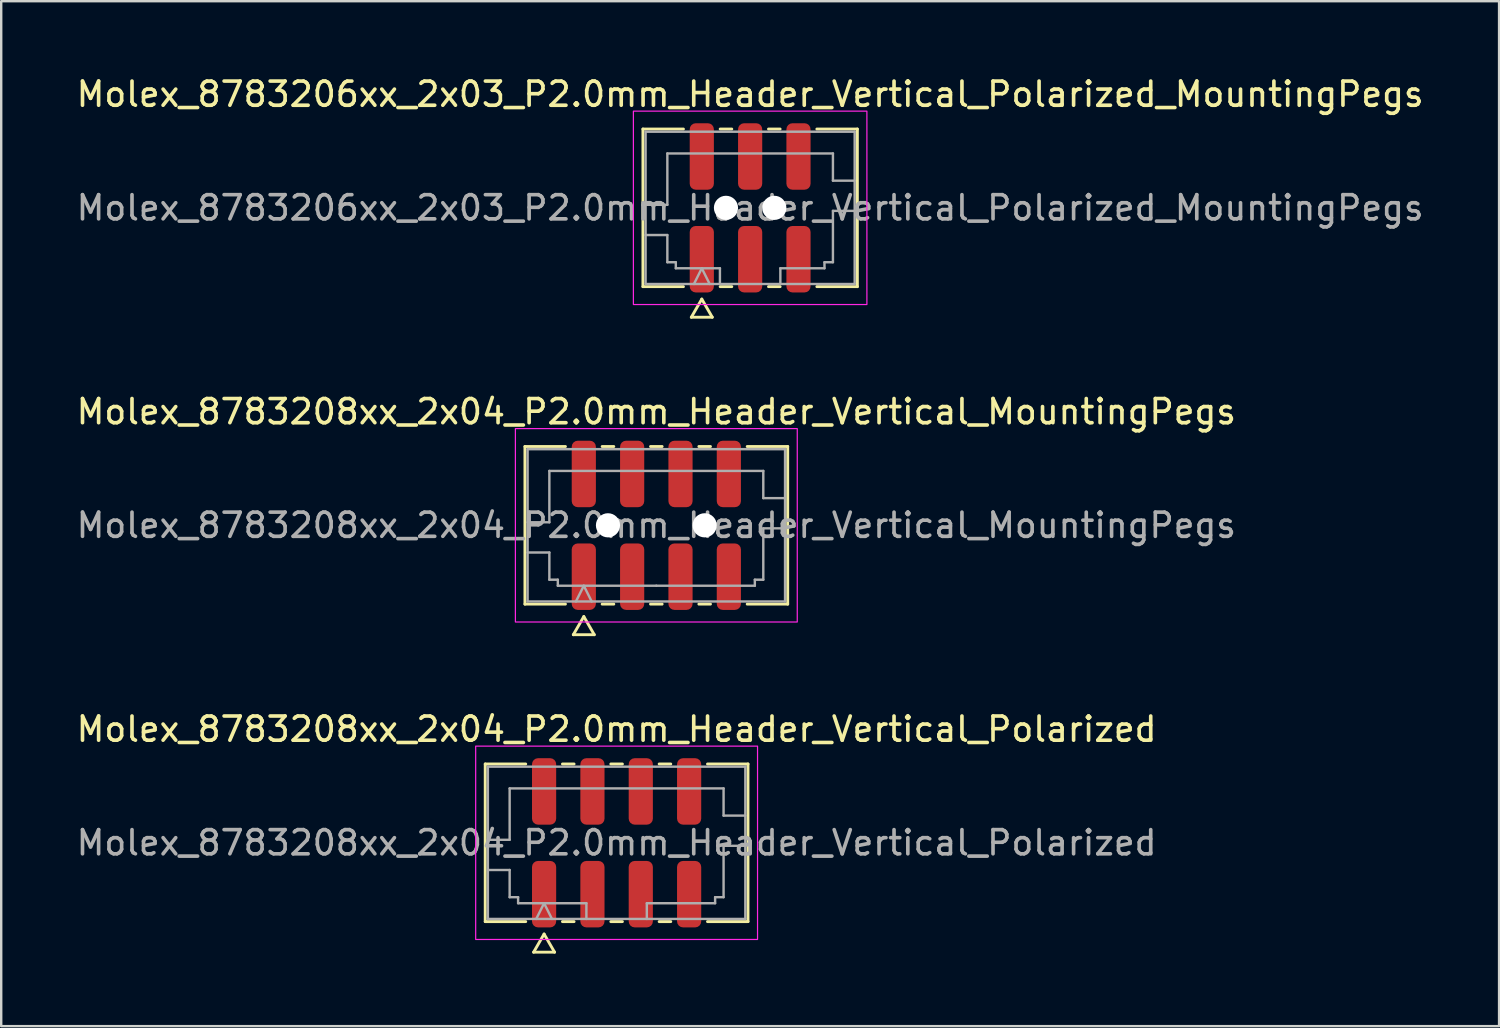
<source format=kicad_pcb>
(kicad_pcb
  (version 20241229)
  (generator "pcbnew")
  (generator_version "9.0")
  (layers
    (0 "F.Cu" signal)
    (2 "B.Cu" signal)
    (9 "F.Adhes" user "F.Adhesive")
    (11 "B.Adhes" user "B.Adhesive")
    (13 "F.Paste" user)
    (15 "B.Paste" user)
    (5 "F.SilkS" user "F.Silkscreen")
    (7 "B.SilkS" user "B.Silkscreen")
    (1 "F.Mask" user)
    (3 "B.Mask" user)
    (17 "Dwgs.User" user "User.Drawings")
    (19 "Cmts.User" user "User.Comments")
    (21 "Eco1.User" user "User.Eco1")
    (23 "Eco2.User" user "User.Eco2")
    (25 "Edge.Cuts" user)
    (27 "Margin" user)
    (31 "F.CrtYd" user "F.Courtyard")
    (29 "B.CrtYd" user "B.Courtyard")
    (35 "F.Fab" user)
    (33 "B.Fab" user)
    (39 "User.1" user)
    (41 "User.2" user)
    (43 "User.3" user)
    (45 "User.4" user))
  (footprint "Molex_8783208xx_2x04_P2.0mm_Header_Vertical_Polarized"
    (layer "F.Cu")
    (at 22.458 31.815)
    (property "Reference" "Molex_8783208xx_2x04_P2.0mm_Header_Vertical_Polarized" (at 0 -4.7 0) (layer "F.SilkS") (effects (font (size 1 1) (thickness 0.15))))
    (attr smd)
    (fp_line (start -5.435 -3.26) (end -3.76 -3.26) (stroke (width 0.12) (type solid)) (layer "F.SilkS"))
    (fp_line (start -5.435 3.26) (end -5.435 -3.26) (stroke (width 0.12) (type solid)) (layer "F.SilkS"))
    (fp_line (start -3.76 3.26) (end -5.435 3.26) (stroke (width 0.12) (type solid)) (layer "F.SilkS"))
    (fp_line (start -3.433 4.525) (end -3 3.775) (stroke (width 0.12) (type solid)) (layer "F.SilkS"))
    (fp_line (start -3 3.775) (end -2.567 4.525) (stroke (width 0.12) (type solid)) (layer "F.SilkS"))
    (fp_line (start -2.567 4.525) (end -3.433 4.525) (stroke (width 0.12) (type solid)) (layer "F.SilkS"))
    (fp_line (start -2.24 -3.26) (end -1.76 -3.26) (stroke (width 0.12) (type solid)) (layer "F.SilkS"))
    (fp_line (start -1.76 3.26) (end -2.24 3.26) (stroke (width 0.12) (type solid)) (layer "F.SilkS"))
    (fp_line (start -0.24 -3.26) (end 0.24 -3.26) (stroke (width 0.12) (type solid)) (layer "F.SilkS"))
    (fp_line (start 0.24 3.26) (end -0.24 3.26) (stroke (width 0.12) (type solid)) (layer "F.SilkS"))
    (fp_line (start 1.76 -3.26) (end 2.24 -3.26) (stroke (width 0.12) (type solid)) (layer "F.SilkS"))
    (fp_line (start 2.24 3.26) (end 1.76 3.26) (stroke (width 0.12) (type solid)) (layer "F.SilkS"))
    (fp_line (start 3.76 -3.26) (end 5.435 -3.26) (stroke (width 0.12) (type solid)) (layer "F.SilkS"))
    (fp_line (start 5.435 -3.26) (end 5.435 3.26) (stroke (width 0.12) (type solid)) (layer "F.SilkS"))
    (fp_line (start 5.435 3.26) (end 3.76 3.26) (stroke (width 0.12) (type solid)) (layer "F.SilkS"))
    (fp_rect (start -5.83 -4) (end 5.83 4) (stroke (width 0.05) (type solid)) (fill no) (layer "F.CrtYd"))
    (fp_line (start -5.325 -3.15) (end 5.325 -3.15) (stroke (width 0.1) (type solid)) (layer "F.Fab"))
    (fp_line (start -5.325 -0.125) (end -4.425 -0.125) (stroke (width 0.1) (type solid)) (layer "F.Fab"))
    (fp_line (start -5.325 1.125) (end -4.425 1.125) (stroke (width 0.1) (type solid)) (layer "F.Fab"))
    (fp_line (start -5.325 3.15) (end -5.325 -3.15) (stroke (width 0.1) (type solid)) (layer "F.Fab"))
    (fp_line (start -4.425 -2.25) (end 4.425 -2.25) (stroke (width 0.1) (type solid)) (layer "F.Fab"))
    (fp_line (start -4.425 -0.125) (end -4.425 -2.25) (stroke (width 0.1) (type solid)) (layer "F.Fab"))
    (fp_line (start -4.425 1.125) (end -4.425 2.25) (stroke (width 0.1) (type solid)) (layer "F.Fab"))
    (fp_line (start -4.425 2.25) (end -4.075 2.25) (stroke (width 0.1) (type solid)) (layer "F.Fab"))
    (fp_line (start -4.075 2.25) (end -4.075 2.5) (stroke (width 0.1) (type solid)) (layer "F.Fab"))
    (fp_line (start -4.075 2.5) (end -1.25 2.5) (stroke (width 0.1) (type solid)) (layer "F.Fab"))
    (fp_line (start -3.325 3.15) (end -3 2.5) (stroke (width 0.1) (type solid)) (layer "F.Fab"))
    (fp_line (start -3 2.5) (end -2.675 3.15) (stroke (width 0.1) (type solid)) (layer "F.Fab"))
    (fp_line (start -1.25 2.5) (end -1.25 3.15) (stroke (width 0.1) (type solid)) (layer "F.Fab"))
    (fp_line (start 1.25 2.5) (end 1.25 3.15) (stroke (width 0.1) (type solid)) (layer "F.Fab"))
    (fp_line (start 1.25 2.5) (end 4.075 2.5) (stroke (width 0.1) (type solid)) (layer "F.Fab"))
    (fp_line (start 4.075 2.25) (end 4.425 2.25) (stroke (width 0.1) (type solid)) (layer "F.Fab"))
    (fp_line (start 4.075 2.5) (end 4.075 2.25) (stroke (width 0.1) (type solid)) (layer "F.Fab"))
    (fp_line (start 4.425 -2.25) (end 4.425 -1.125) (stroke (width 0.1) (type solid)) (layer "F.Fab"))
    (fp_line (start 4.425 -1.125) (end 5.325 -1.125) (stroke (width 0.1) (type solid)) (layer "F.Fab"))
    (fp_line (start 4.425 0.125) (end 5.325 0.125) (stroke (width 0.1) (type solid)) (layer "F.Fab"))
    (fp_line (start 4.425 2.25) (end 4.425 0.125) (stroke (width 0.1) (type solid)) (layer "F.Fab"))
    (fp_line (start 5.325 -3.15) (end 5.325 3.15) (stroke (width 0.1) (type solid)) (layer "F.Fab"))
    (fp_line (start 5.325 3.15) (end -5.325 3.15) (stroke (width 0.1) (type solid)) (layer "F.Fab"))
    (fp_text user "${REFERENCE}" (at 0 0 0) (layer "F.Fab") (effects (font (size 1 1) (thickness 0.15))))
    (pad "1" smd roundrect (at -3 2.125) (size 1 2.75) (layers "F.Cu" "F.Mask" "F.Paste") (roundrect_rratio 0.25))
    (pad "2" smd roundrect (at -3 -2.125) (size 1 2.75) (layers "F.Cu" "F.Mask" "F.Paste") (roundrect_rratio 0.25))
    (pad "3" smd roundrect (at -1 2.125) (size 1 2.75) (layers "F.Cu" "F.Mask" "F.Paste") (roundrect_rratio 0.25))
    (pad "4" smd roundrect (at -1 -2.125) (size 1 2.75) (layers "F.Cu" "F.Mask" "F.Paste") (roundrect_rratio 0.25))
    (pad "5" smd roundrect (at 1 2.125) (size 1 2.75) (layers "F.Cu" "F.Mask" "F.Paste") (roundrect_rratio 0.25))
    (pad "6" smd roundrect (at 1 -2.125) (size 1 2.75) (layers "F.Cu" "F.Mask" "F.Paste") (roundrect_rratio 0.25))
    (pad "7" smd roundrect (at 3 2.125) (size 1 2.75) (layers "F.Cu" "F.Mask" "F.Paste") (roundrect_rratio 0.25))
    (pad "8" smd roundrect (at 3 -2.125) (size 1 2.75) (layers "F.Cu" "F.Mask" "F.Paste") (roundrect_rratio 0.25)))
  (footprint "Molex_8783208xx_2x04_P2.0mm_Header_Vertical_MountingPegs"
    (layer "F.Cu")
    (at 24.101 18.681)
    (property "Reference" "Molex_8783208xx_2x04_P2.0mm_Header_Vertical_MountingPegs" (at 0 -4.7 0) (layer "F.SilkS") (effects (font (size 1 1) (thickness 0.15))))
    (attr smd)
    (fp_line (start -5.435 -3.26) (end -3.76 -3.26) (stroke (width 0.12) (type solid)) (layer "F.SilkS"))
    (fp_line (start -5.435 3.26) (end -5.435 -3.26) (stroke (width 0.12) (type solid)) (layer "F.SilkS"))
    (fp_line (start -3.76 3.26) (end -5.435 3.26) (stroke (width 0.12) (type solid)) (layer "F.SilkS"))
    (fp_line (start -3.433 4.525) (end -3 3.775) (stroke (width 0.12) (type solid)) (layer "F.SilkS"))
    (fp_line (start -3 3.775) (end -2.567 4.525) (stroke (width 0.12) (type solid)) (layer "F.SilkS"))
    (fp_line (start -2.567 4.525) (end -3.433 4.525) (stroke (width 0.12) (type solid)) (layer "F.SilkS"))
    (fp_line (start -2.24 -3.26) (end -1.76 -3.26) (stroke (width 0.12) (type solid)) (layer "F.SilkS"))
    (fp_line (start -1.76 3.26) (end -2.24 3.26) (stroke (width 0.12) (type solid)) (layer "F.SilkS"))
    (fp_line (start -0.24 -3.26) (end 0.24 -3.26) (stroke (width 0.12) (type solid)) (layer "F.SilkS"))
    (fp_line (start 0.24 3.26) (end -0.24 3.26) (stroke (width 0.12) (type solid)) (layer "F.SilkS"))
    (fp_line (start 1.76 -3.26) (end 2.24 -3.26) (stroke (width 0.12) (type solid)) (layer "F.SilkS"))
    (fp_line (start 2.24 3.26) (end 1.76 3.26) (stroke (width 0.12) (type solid)) (layer "F.SilkS"))
    (fp_line (start 3.76 -3.26) (end 5.435 -3.26) (stroke (width 0.12) (type solid)) (layer "F.SilkS"))
    (fp_line (start 5.435 -3.26) (end 5.435 3.26) (stroke (width 0.12) (type solid)) (layer "F.SilkS"))
    (fp_line (start 5.435 3.26) (end 3.76 3.26) (stroke (width 0.12) (type solid)) (layer "F.SilkS"))
    (fp_rect (start -5.83 -4) (end 5.83 4) (stroke (width 0.05) (type solid)) (fill no) (layer "F.CrtYd"))
    (fp_line (start -5.325 -3.15) (end 5.325 -3.15) (stroke (width 0.1) (type solid)) (layer "F.Fab"))
    (fp_line (start -5.325 -0.125) (end -4.425 -0.125) (stroke (width 0.1) (type solid)) (layer "F.Fab"))
    (fp_line (start -5.325 1.125) (end -4.425 1.125) (stroke (width 0.1) (type solid)) (layer "F.Fab"))
    (fp_line (start -5.325 3.15) (end -5.325 -3.15) (stroke (width 0.1) (type solid)) (layer "F.Fab"))
    (fp_line (start -4.425 -2.25) (end 4.425 -2.25) (stroke (width 0.1) (type solid)) (layer "F.Fab"))
    (fp_line (start -4.425 -0.125) (end -4.425 -2.25) (stroke (width 0.1) (type solid)) (layer "F.Fab"))
    (fp_line (start -4.425 1.125) (end -4.425 2.25) (stroke (width 0.1) (type solid)) (layer "F.Fab"))
    (fp_line (start -4.425 2.25) (end -4.075 2.25) (stroke (width 0.1) (type solid)) (layer "F.Fab"))
    (fp_line (start -4.075 2.25) (end -4.075 2.5) (stroke (width 0.1) (type solid)) (layer "F.Fab"))
    (fp_line (start -4.075 2.5) (end 0 2.5) (stroke (width 0.1) (type solid)) (layer "F.Fab"))
    (fp_line (start -3.325 3.15) (end -3 2.5) (stroke (width 0.1) (type solid)) (layer "F.Fab"))
    (fp_line (start -3 2.5) (end -2.675 3.15) (stroke (width 0.1) (type solid)) (layer "F.Fab"))
    (fp_line (start 0 2.5) (end 4.075 2.5) (stroke (width 0.1) (type solid)) (layer "F.Fab"))
    (fp_line (start 4.075 2.25) (end 4.425 2.25) (stroke (width 0.1) (type solid)) (layer "F.Fab"))
    (fp_line (start 4.075 2.5) (end 4.075 2.25) (stroke (width 0.1) (type solid)) (layer "F.Fab"))
    (fp_line (start 4.425 -2.25) (end 4.425 -1.125) (stroke (width 0.1) (type solid)) (layer "F.Fab"))
    (fp_line (start 4.425 -1.125) (end 5.325 -1.125) (stroke (width 0.1) (type solid)) (layer "F.Fab"))
    (fp_line (start 4.425 0.125) (end 5.325 0.125) (stroke (width 0.1) (type solid)) (layer "F.Fab"))
    (fp_line (start 4.425 2.25) (end 4.425 0.125) (stroke (width 0.1) (type solid)) (layer "F.Fab"))
    (fp_line (start 5.325 -3.15) (end 5.325 3.15) (stroke (width 0.1) (type solid)) (layer "F.Fab"))
    (fp_line (start 5.325 3.15) (end -5.325 3.15) (stroke (width 0.1) (type solid)) (layer "F.Fab"))
    (fp_text user "${REFERENCE}" (at 0 0 0) (layer "F.Fab") (effects (font (size 1 1) (thickness 0.15))))
    (pad "" np_thru_hole circle (at -2 0) (size 1 1) (drill 1) (layers "*.Cu" "*.Mask"))
    (pad "" np_thru_hole circle (at 2 0) (size 1 1) (drill 1) (layers "*.Cu" "*.Mask"))
    (pad "1" smd roundrect (at -3 2.125) (size 1 2.75) (layers "F.Cu" "F.Mask" "F.Paste") (roundrect_rratio 0.25))
    (pad "2" smd roundrect (at -3 -2.125) (size 1 2.75) (layers "F.Cu" "F.Mask" "F.Paste") (roundrect_rratio 0.25))
    (pad "3" smd roundrect (at -1 2.125) (size 1 2.75) (layers "F.Cu" "F.Mask" "F.Paste") (roundrect_rratio 0.25))
    (pad "4" smd roundrect (at -1 -2.125) (size 1 2.75) (layers "F.Cu" "F.Mask" "F.Paste") (roundrect_rratio 0.25))
    (pad "5" smd roundrect (at 1 2.125) (size 1 2.75) (layers "F.Cu" "F.Mask" "F.Paste") (roundrect_rratio 0.25))
    (pad "6" smd roundrect (at 1 -2.125) (size 1 2.75) (layers "F.Cu" "F.Mask" "F.Paste") (roundrect_rratio 0.25))
    (pad "7" smd roundrect (at 3 2.125) (size 1 2.75) (layers "F.Cu" "F.Mask" "F.Paste") (roundrect_rratio 0.25))
    (pad "8" smd roundrect (at 3 -2.125) (size 1 2.75) (layers "F.Cu" "F.Mask" "F.Paste") (roundrect_rratio 0.25)))
  (footprint "Molex_8783206xx_2x03_P2.0mm_Header_Vertical_Polarized_MountingPegs"
    (layer "F.Cu")
    (at 27.982 5.548)
    (property "Reference" "Molex_8783206xx_2x03_P2.0mm_Header_Vertical_Polarized_MountingPegs" (at 0 -4.7 0) (layer "F.SilkS") (effects (font (size 1 1) (thickness 0.15))))
    (attr smd)
    (fp_line (start -4.435 -3.26) (end -2.76 -3.26) (stroke (width 0.12) (type solid)) (layer "F.SilkS"))
    (fp_line (start -4.435 3.26) (end -4.435 -3.26) (stroke (width 0.12) (type solid)) (layer "F.SilkS"))
    (fp_line (start -2.76 3.26) (end -4.435 3.26) (stroke (width 0.12) (type solid)) (layer "F.SilkS"))
    (fp_line (start -2.433 4.525) (end -2 3.775) (stroke (width 0.12) (type solid)) (layer "F.SilkS"))
    (fp_line (start -2 3.775) (end -1.567 4.525) (stroke (width 0.12) (type solid)) (layer "F.SilkS"))
    (fp_line (start -1.567 4.525) (end -2.433 4.525) (stroke (width 0.12) (type solid)) (layer "F.SilkS"))
    (fp_line (start -1.24 -3.26) (end -0.76 -3.26) (stroke (width 0.12) (type solid)) (layer "F.SilkS"))
    (fp_line (start -0.76 3.26) (end -1.24 3.26) (stroke (width 0.12) (type solid)) (layer "F.SilkS"))
    (fp_line (start 0.76 -3.26) (end 1.24 -3.26) (stroke (width 0.12) (type solid)) (layer "F.SilkS"))
    (fp_line (start 1.24 3.26) (end 0.76 3.26) (stroke (width 0.12) (type solid)) (layer "F.SilkS"))
    (fp_line (start 2.76 -3.26) (end 4.435 -3.26) (stroke (width 0.12) (type solid)) (layer "F.SilkS"))
    (fp_line (start 4.435 -3.26) (end 4.435 3.26) (stroke (width 0.12) (type solid)) (layer "F.SilkS"))
    (fp_line (start 4.435 3.26) (end 2.76 3.26) (stroke (width 0.12) (type solid)) (layer "F.SilkS"))
    (fp_rect (start -4.83 -4) (end 4.83 4) (stroke (width 0.05) (type solid)) (fill no) (layer "F.CrtYd"))
    (fp_line (start -4.325 -3.15) (end 4.325 -3.15) (stroke (width 0.1) (type solid)) (layer "F.Fab"))
    (fp_line (start -4.325 -0.125) (end -3.425 -0.125) (stroke (width 0.1) (type solid)) (layer "F.Fab"))
    (fp_line (start -4.325 1.125) (end -3.425 1.125) (stroke (width 0.1) (type solid)) (layer "F.Fab"))
    (fp_line (start -4.325 3.15) (end -4.325 -3.15) (stroke (width 0.1) (type solid)) (layer "F.Fab"))
    (fp_line (start -3.425 -2.25) (end 3.425 -2.25) (stroke (width 0.1) (type solid)) (layer "F.Fab"))
    (fp_line (start -3.425 -0.125) (end -3.425 -2.25) (stroke (width 0.1) (type solid)) (layer "F.Fab"))
    (fp_line (start -3.425 1.125) (end -3.425 2.25) (stroke (width 0.1) (type solid)) (layer "F.Fab"))
    (fp_line (start -3.425 2.25) (end -3.075 2.25) (stroke (width 0.1) (type solid)) (layer "F.Fab"))
    (fp_line (start -3.075 2.25) (end -3.075 2.5) (stroke (width 0.1) (type solid)) (layer "F.Fab"))
    (fp_line (start -3.075 2.5) (end -1.25 2.5) (stroke (width 0.1) (type solid)) (layer "F.Fab"))
    (fp_line (start -2.325 3.15) (end -2 2.5) (stroke (width 0.1) (type solid)) (layer "F.Fab"))
    (fp_line (start -2 2.5) (end -1.675 3.15) (stroke (width 0.1) (type solid)) (layer "F.Fab"))
    (fp_line (start -1.25 2.5) (end -1.25 3.15) (stroke (width 0.1) (type solid)) (layer "F.Fab"))
    (fp_line (start 1.25 2.5) (end 1.25 3.15) (stroke (width 0.1) (type solid)) (layer "F.Fab"))
    (fp_line (start 1.25 2.5) (end 3.075 2.5) (stroke (width 0.1) (type solid)) (layer "F.Fab"))
    (fp_line (start 3.075 2.25) (end 3.425 2.25) (stroke (width 0.1) (type solid)) (layer "F.Fab"))
    (fp_line (start 3.075 2.5) (end 3.075 2.25) (stroke (width 0.1) (type solid)) (layer "F.Fab"))
    (fp_line (start 3.425 -2.25) (end 3.425 -1.125) (stroke (width 0.1) (type solid)) (layer "F.Fab"))
    (fp_line (start 3.425 -1.125) (end 4.325 -1.125) (stroke (width 0.1) (type solid)) (layer "F.Fab"))
    (fp_line (start 3.425 0.125) (end 4.325 0.125) (stroke (width 0.1) (type solid)) (layer "F.Fab"))
    (fp_line (start 3.425 2.25) (end 3.425 0.125) (stroke (width 0.1) (type solid)) (layer "F.Fab"))
    (fp_line (start 4.325 -3.15) (end 4.325 3.15) (stroke (width 0.1) (type solid)) (layer "F.Fab"))
    (fp_line (start 4.325 3.15) (end -4.325 3.15) (stroke (width 0.1) (type solid)) (layer "F.Fab"))
    (fp_text user "${REFERENCE}" (at 0 0 0) (layer "F.Fab") (effects (font (size 1 1) (thickness 0.15))))
    (pad "" np_thru_hole circle (at -1 0) (size 1 1) (drill 1) (layers "*.Cu" "*.Mask"))
    (pad "" np_thru_hole circle (at 1 0) (size 1 1) (drill 1) (layers "*.Cu" "*.Mask"))
    (pad "1" smd roundrect (at -2 2.125) (size 1 2.75) (layers "F.Cu" "F.Mask" "F.Paste") (roundrect_rratio 0.25))
    (pad "2" smd roundrect (at -2 -2.125) (size 1 2.75) (layers "F.Cu" "F.Mask" "F.Paste") (roundrect_rratio 0.25))
    (pad "3" smd roundrect (at 0 2.125) (size 1 2.75) (layers "F.Cu" "F.Mask" "F.Paste") (roundrect_rratio 0.25))
    (pad "4" smd roundrect (at 0 -2.125) (size 1 2.75) (layers "F.Cu" "F.Mask" "F.Paste") (roundrect_rratio 0.25))
    (pad "5" smd roundrect (at 2 2.125) (size 1 2.75) (layers "F.Cu" "F.Mask" "F.Paste") (roundrect_rratio 0.25))
    (pad "6" smd roundrect (at 2 -2.125) (size 1 2.75) (layers "F.Cu" "F.Mask" "F.Paste") (roundrect_rratio 0.25)))
  (gr_rect
    (start -3 -3)
    (end 58.964 39.4)
    (stroke (width 0.1) (type default))
    (fill no)
    (layer "Edge.Cuts")))
</source>
